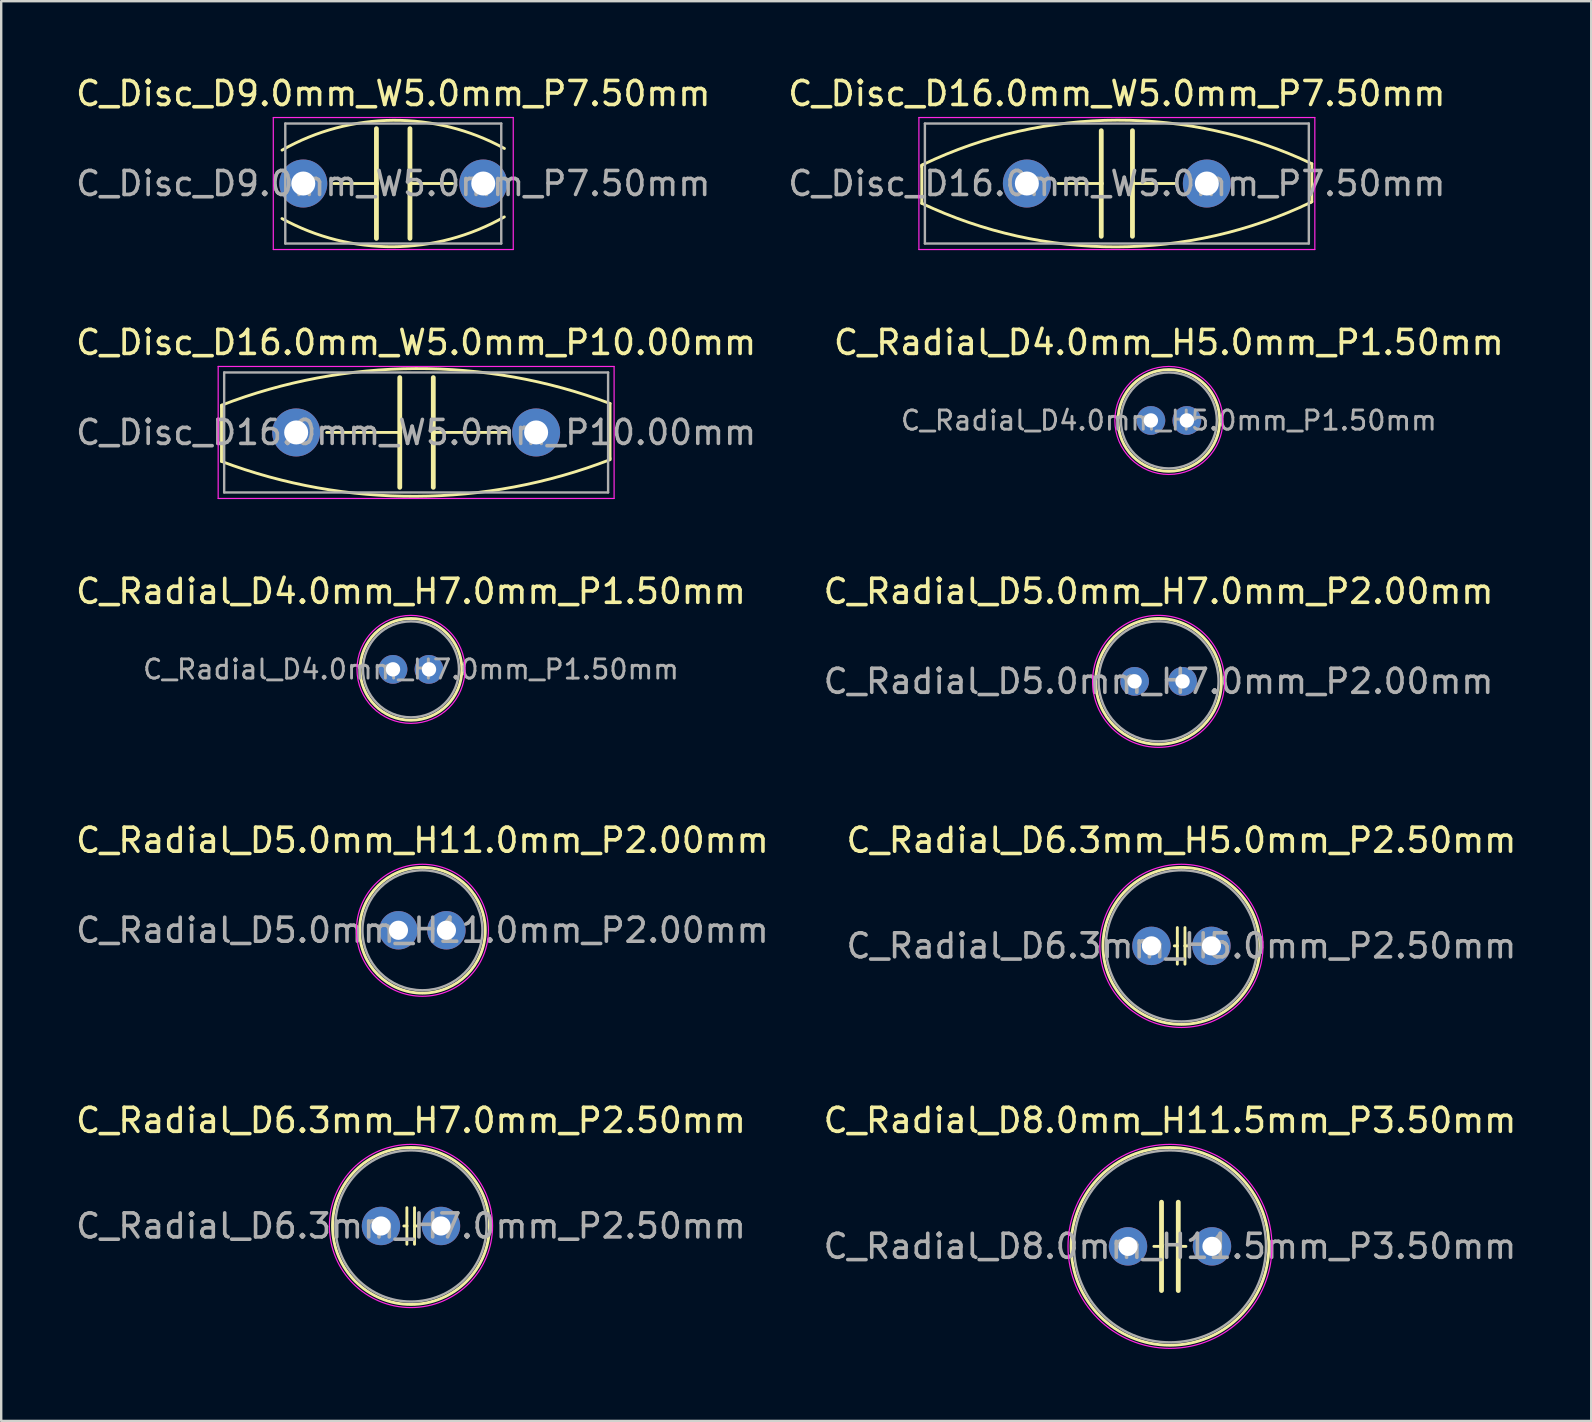
<source format=kicad_pcb>
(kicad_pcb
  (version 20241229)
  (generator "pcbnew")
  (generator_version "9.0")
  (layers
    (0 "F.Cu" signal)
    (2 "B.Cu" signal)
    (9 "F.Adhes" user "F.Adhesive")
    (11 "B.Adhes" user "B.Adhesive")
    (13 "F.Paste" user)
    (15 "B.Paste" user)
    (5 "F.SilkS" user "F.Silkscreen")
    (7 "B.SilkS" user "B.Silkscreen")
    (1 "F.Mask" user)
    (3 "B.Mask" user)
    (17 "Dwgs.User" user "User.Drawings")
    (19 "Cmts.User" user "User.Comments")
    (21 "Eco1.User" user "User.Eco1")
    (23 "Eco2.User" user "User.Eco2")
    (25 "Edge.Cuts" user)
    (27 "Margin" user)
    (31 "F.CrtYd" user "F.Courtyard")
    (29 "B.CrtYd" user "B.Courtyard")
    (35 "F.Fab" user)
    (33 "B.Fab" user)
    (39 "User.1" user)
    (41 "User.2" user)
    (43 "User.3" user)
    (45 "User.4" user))
  (footprint "C_Radial_D6.3mm_H5.0mm_P2.50mm"
    (layer "F.Cu")
    (at 44.935 36.368)
    (property "Reference" "C_Radial_D6.3mm_H5.0mm_P2.50mm" (at 1.25 -4.4 0) (layer "F.SilkS") (effects (font (size 1 1) (thickness 0.15))))
    (attr through_hole)
    (fp_line (start 0.953 0) (end 1.079 0) (stroke (width 0.12) (type solid)) (layer "F.SilkS"))
    (fp_line (start 1.079 0) (end 1.079 -0.762) (stroke (width 0.12) (type solid)) (layer "F.SilkS"))
    (fp_line (start 1.079 0) (end 1.079 0.762) (stroke (width 0.12) (type solid)) (layer "F.SilkS"))
    (fp_line (start 1.397 0) (end 1.397 -0.762) (stroke (width 0.12) (type solid)) (layer "F.SilkS"))
    (fp_line (start 1.397 0) (end 1.397 0.762) (stroke (width 0.12) (type solid)) (layer "F.SilkS"))
    (fp_line (start 1.524 0) (end 1.397 0) (stroke (width 0.12) (type solid)) (layer "F.SilkS"))
    (fp_circle (center 1.25 0) (end 4.52 0) (stroke (width 0.12) (type solid)) (fill no) (layer "F.SilkS"))
    (fp_circle (center 1.25 0) (end 4.65 0) (stroke (width 0.05) (type solid)) (fill no) (layer "F.CrtYd"))
    (fp_circle (center 1.25 0) (end 4.4 0) (stroke (width 0.1) (type solid)) (fill no) (layer "F.Fab"))
    (fp_text user "${REFERENCE}" (at 1.25 0 0) (layer "F.Fab") (effects (font (size 1 1) (thickness 0.15))))
    (pad "1" thru_hole circle (at 0 0) (size 1.6 1.6) (drill 0.8) (layers "*.Cu" "*.Mask"))
    (pad "2" thru_hole circle (at 2.5 0) (size 1.6 1.6) (drill 0.8) (layers "*.Cu" "*.Mask")))
  (footprint "C_Radial_D8.0mm_H11.5mm_P3.50mm"
    (layer "F.Cu")
    (at 43.958 48.891)
    (property "Reference" "C_Radial_D8.0mm_H11.5mm_P3.50mm" (at 1.75 -5.25 0) (layer "F.SilkS") (effects (font (size 1 1) (thickness 0.15))))
    (attr through_hole)
    (fp_line (start 1.079 0) (end 1.397 0) (stroke (width 0.12) (type solid)) (layer "F.SilkS"))
    (fp_line (start 1.397 0) (end 1.397 -1.841) (stroke (width 0.2) (type solid)) (layer "F.SilkS"))
    (fp_line (start 1.397 0) (end 1.397 1.841) (stroke (width 0.2) (type solid)) (layer "F.SilkS"))
    (fp_line (start 2.095 0) (end 2.095 -1.841) (stroke (width 0.2) (type solid)) (layer "F.SilkS"))
    (fp_line (start 2.095 0) (end 2.095 1.841) (stroke (width 0.2) (type solid)) (layer "F.SilkS"))
    (fp_line (start 2.413 0) (end 2.095 0) (stroke (width 0.12) (type solid)) (layer "F.SilkS"))
    (fp_circle (center 1.75 0) (end 5.87 0) (stroke (width 0.12) (type solid)) (fill no) (layer "F.SilkS"))
    (fp_circle (center 1.75 0) (end 6 0) (stroke (width 0.05) (type solid)) (fill no) (layer "F.CrtYd"))
    (fp_circle (center 1.75 0) (end 5.75 0) (stroke (width 0.1) (type solid)) (fill no) (layer "F.Fab"))
    (fp_text user "${REFERENCE}" (at 1.75 0 0) (layer "F.Fab") (effects (font (size 1 1) (thickness 0.15))))
    (pad "1" thru_hole circle (at 0 0) (size 1.6 1.6) (drill 0.8) (layers "*.Cu" "*.Mask"))
    (pad "2" thru_hole circle (at 3.5 0) (size 1.6 1.6) (drill 0.8) (layers "*.Cu" "*.Mask")))
  (footprint "C_Disc_D16.0mm_W5.0mm_P7.50mm"
    (layer "F.Cu")
    (at 39.744 4.598)
    (property "Reference" "C_Disc_D16.0mm_W5.0mm_P7.50mm" (at 3.75 -3.75 0) (layer "F.SilkS") (effects (font (size 1 1) (thickness 0.15))))
    (fp_line (start -4.381 -0.762) (end -4.331 -0.789) (stroke (width 0.12) (type solid)) (layer "F.SilkS"))
    (fp_line (start -4.381 -0.699) (end -4.381 -0.762) (stroke (width 0.12) (type solid)) (layer "F.SilkS"))
    (fp_line (start -4.381 0.826) (end -4.381 -0.699) (stroke (width 0.12) (type solid)) (layer "F.SilkS"))
    (fp_line (start 1.3 0) (end 3.1 0) (stroke (width 0.12) (type solid)) (layer "F.SilkS"))
    (fp_line (start 3.1 0) (end 3.1 -2.2) (stroke (width 0.2) (type solid)) (layer "F.SilkS"))
    (fp_line (start 3.1 0) (end 3.1 2.2) (stroke (width 0.2) (type solid)) (layer "F.SilkS"))
    (fp_line (start 4.4 0) (end 4.4 -2.2) (stroke (width 0.2) (type solid)) (layer "F.SilkS"))
    (fp_line (start 4.4 0) (end 4.4 2.2) (stroke (width 0.2) (type solid)) (layer "F.SilkS"))
    (fp_line (start 4.4 0) (end 6.2 0) (stroke (width 0.12) (type solid)) (layer "F.SilkS"))
    (fp_line (start 11.874 -0.826) (end 11.874 0.762) (stroke (width 0.12) (type solid)) (layer "F.SilkS"))
    (fp_line (start 11.874 0.762) (end 11.824 0.789) (stroke (width 0.12) (type solid)) (layer "F.SilkS"))
    (fp_arc (start -4.330969 -0.789052) (mid 3.767644 -2.639565) (end 11.8745 -0.8255) (stroke (width 0.12) (type solid)) (layer "F.SilkS"))
    (fp_arc (start 11.823969 0.789052) (mid 3.725356 2.639565) (end -4.3815 0.8255) (stroke (width 0.12) (type solid)) (layer "F.SilkS"))
    (fp_line (start -4.5 -2.75) (end -4.5 2.75) (stroke (width 0.05) (type solid)) (layer "F.CrtYd"))
    (fp_line (start -4.5 2.75) (end 12 2.75) (stroke (width 0.05) (type solid)) (layer "F.CrtYd"))
    (fp_line (start 12 -2.75) (end -4.5 -2.75) (stroke (width 0.05) (type solid)) (layer "F.CrtYd"))
    (fp_line (start 12 2.75) (end 12 -2.75) (stroke (width 0.05) (type solid)) (layer "F.CrtYd"))
    (fp_line (start -4.25 -2.5) (end -4.25 2.5) (stroke (width 0.1) (type solid)) (layer "F.Fab"))
    (fp_line (start -4.25 2.5) (end 11.75 2.5) (stroke (width 0.1) (type solid)) (layer "F.Fab"))
    (fp_line (start 11.75 -2.5) (end -4.25 -2.5) (stroke (width 0.1) (type solid)) (layer "F.Fab"))
    (fp_line (start 11.75 2.5) (end 11.75 -2.5) (stroke (width 0.1) (type solid)) (layer "F.Fab"))
    (fp_text user "${REFERENCE}" (at 3.75 0 0) (layer "F.Fab") (effects (font (size 1 1) (thickness 0.15))))
    (pad "1" thru_hole circle (at 0 0) (size 2 2) (drill 1) (layers "*.Cu" "*.Mask"))
    (pad "2" thru_hole circle (at 7.5 0) (size 2 2) (drill 1) (layers "*.Cu" "*.Mask")))
  (footprint "C_Radial_D4.0mm_H5.0mm_P1.50mm"
    (layer "F.Cu")
    (at 44.911 14.472)
    (property "Reference" "C_Radial_D4.0mm_H5.0mm_P1.50mm" (at 0.75 -3.25 0) (layer "F.SilkS") (effects (font (size 1 1) (thickness 0.15))))
    (attr through_hole)
    (fp_circle (center 0.75 0) (end 2.87 0) (stroke (width 0.12) (type solid)) (fill no) (layer "F.SilkS"))
    (fp_circle (center 0.75 0) (end 3 0) (stroke (width 0.05) (type solid)) (fill no) (layer "F.CrtYd"))
    (fp_circle (center 0.75 0) (end 2.75 0) (stroke (width 0.1) (type solid)) (fill no) (layer "F.Fab"))
    (fp_text user "${REFERENCE}" (at 0.75 0 0) (layer "F.Fab") (effects (font (size 0.8 0.8) (thickness 0.12))))
    (pad "1" thru_hole circle (at 0 0) (size 1.2 1.2) (drill 0.6) (layers "*.Cu" "*.Mask"))
    (pad "2" thru_hole circle (at 1.5 0) (size 1.2 1.2) (drill 0.6) (layers "*.Cu" "*.Mask")))
  (footprint "C_Radial_D5.0mm_H7.0mm_P2.00mm"
    (layer "F.Cu")
    (at 44.232 25.345)
    (property "Reference" "C_Radial_D5.0mm_H7.0mm_P2.00mm" (at 1 -3.75 0) (layer "F.SilkS") (effects (font (size 1 1) (thickness 0.15))))
    (attr through_hole)
    (fp_circle (center 1 0) (end 3.62 0) (stroke (width 0.12) (type solid)) (fill no) (layer "F.SilkS"))
    (fp_circle (center 1 0) (end 3.75 0) (stroke (width 0.05) (type solid)) (fill no) (layer "F.CrtYd"))
    (fp_circle (center 1 0) (end 3.5 0) (stroke (width 0.1) (type solid)) (fill no) (layer "F.Fab"))
    (fp_text user "${REFERENCE}" (at 1 0 0) (layer "F.Fab") (effects (font (size 1 1) (thickness 0.15))))
    (pad "1" thru_hole circle (at 0 0) (size 1.2 1.2) (drill 0.6) (layers "*.Cu" "*.Mask"))
    (pad "2" thru_hole circle (at 2 0) (size 1.2 1.2) (drill 0.6) (layers "*.Cu" "*.Mask")))
  (footprint "C_Radial_D6.3mm_H7.0mm_P2.50mm"
    (layer "F.Cu")
    (at 12.827 48.041)
    (property "Reference" "C_Radial_D6.3mm_H7.0mm_P2.50mm" (at 1.25 -4.4 0) (layer "F.SilkS") (effects (font (size 1 1) (thickness 0.15))))
    (attr through_hole)
    (fp_line (start 0.953 0) (end 1.079 0) (stroke (width 0.12) (type solid)) (layer "F.SilkS"))
    (fp_line (start 1.079 0) (end 1.079 -0.762) (stroke (width 0.12) (type solid)) (layer "F.SilkS"))
    (fp_line (start 1.079 0) (end 1.079 0.762) (stroke (width 0.12) (type solid)) (layer "F.SilkS"))
    (fp_line (start 1.397 0) (end 1.397 -0.762) (stroke (width 0.12) (type solid)) (layer "F.SilkS"))
    (fp_line (start 1.397 0) (end 1.397 0.762) (stroke (width 0.12) (type solid)) (layer "F.SilkS"))
    (fp_line (start 1.524 0) (end 1.397 0) (stroke (width 0.12) (type solid)) (layer "F.SilkS"))
    (fp_circle (center 1.25 0) (end 4.52 0) (stroke (width 0.12) (type solid)) (fill no) (layer "F.SilkS"))
    (fp_circle (center 1.25 0) (end 4.65 0) (stroke (width 0.05) (type solid)) (fill no) (layer "F.CrtYd"))
    (fp_circle (center 1.25 0) (end 4.4 0) (stroke (width 0.1) (type solid)) (fill no) (layer "F.Fab"))
    (fp_text user "${REFERENCE}" (at 1.25 0 0) (layer "F.Fab") (effects (font (size 1 1) (thickness 0.15))))
    (pad "1" thru_hole circle (at 0 0) (size 1.6 1.6) (drill 0.8) (layers "*.Cu" "*.Mask"))
    (pad "2" thru_hole circle (at 2.5 0) (size 1.6 1.6) (drill 0.8) (layers "*.Cu" "*.Mask")))
  (footprint "C_Radial_D5.0mm_H11.0mm_P2.00mm"
    (layer "F.Cu")
    (at 13.554 35.718)
    (property "Reference" "C_Radial_D5.0mm_H11.0mm_P2.00mm" (at 1 -3.75 0) (layer "F.SilkS") (effects (font (size 1 1) (thickness 0.15))))
    (attr through_hole)
    (fp_circle (center 1 0) (end 3.62 0) (stroke (width 0.12) (type solid)) (fill no) (layer "F.SilkS"))
    (fp_circle (center 1 0) (end 3.75 0) (stroke (width 0.05) (type solid)) (fill no) (layer "F.CrtYd"))
    (fp_circle (center 1 0) (end 3.5 0) (stroke (width 0.1) (type solid)) (fill no) (layer "F.Fab"))
    (fp_text user "${REFERENCE}" (at 1 0 0) (layer "F.Fab") (effects (font (size 1 1) (thickness 0.15))))
    (pad "1" thru_hole circle (at 0 0) (size 1.6 1.6) (drill 0.8) (layers "*.Cu" "*.Mask"))
    (pad "2" thru_hole circle (at 2 0) (size 1.6 1.6) (drill 0.8) (layers "*.Cu" "*.Mask")))
  (footprint "C_Disc_D9.0mm_W5.0mm_P7.50mm"
    (layer "F.Cu")
    (at 9.589 4.598)
    (property "Reference" "C_Disc_D9.0mm_W5.0mm_P7.50mm" (at 3.75 -3.75 0) (layer "F.SilkS") (effects (font (size 1 1) (thickness 0.15))))
    (attr through_hole)
    (fp_line (start 1.27 0) (end 3.048 0) (stroke (width 0.12) (type solid)) (layer "F.SilkS"))
    (fp_line (start 3.048 0) (end 3.048 -2.286) (stroke (width 0.2) (type solid)) (layer "F.SilkS"))
    (fp_line (start 3.048 0) (end 3.048 2.286) (stroke (width 0.2) (type solid)) (layer "F.SilkS"))
    (fp_line (start 4.445 0) (end 4.445 -2.286) (stroke (width 0.2) (type solid)) (layer "F.SilkS"))
    (fp_line (start 4.445 0) (end 4.445 2.286) (stroke (width 0.2) (type solid)) (layer "F.SilkS"))
    (fp_line (start 4.445 0) (end 6.223 0) (stroke (width 0.12) (type solid)) (layer "F.SilkS"))
    (fp_arc (start -0.884963 -1.391723) (mid 3.739555 -2.633873) (end 8.382 -1.4605) (stroke (width 0.12) (type solid)) (layer "F.SilkS"))
    (fp_arc (start 8.377963 1.391723) (mid 3.753445 2.633873) (end -0.889 1.4605) (stroke (width 0.12) (type solid)) (layer "F.SilkS"))
    (fp_line (start -1.25 -2.75) (end -1.25 2.75) (stroke (width 0.05) (type solid)) (layer "F.CrtYd"))
    (fp_line (start -1.25 2.75) (end 8.75 2.75) (stroke (width 0.05) (type solid)) (layer "F.CrtYd"))
    (fp_line (start 8.75 -2.75) (end -1.25 -2.75) (stroke (width 0.05) (type solid)) (layer "F.CrtYd"))
    (fp_line (start 8.75 2.75) (end 8.75 -2.75) (stroke (width 0.05) (type solid)) (layer "F.CrtYd"))
    (fp_line (start -0.75 -2.5) (end -0.75 2.5) (stroke (width 0.1) (type solid)) (layer "F.Fab"))
    (fp_line (start -0.75 2.5) (end 8.25 2.5) (stroke (width 0.1) (type solid)) (layer "F.Fab"))
    (fp_line (start 8.25 -2.5) (end -0.75 -2.5) (stroke (width 0.1) (type solid)) (layer "F.Fab"))
    (fp_line (start 8.25 2.5) (end 8.25 -2.5) (stroke (width 0.1) (type solid)) (layer "F.Fab"))
    (fp_text user "${REFERENCE}" (at 3.75 0 0) (layer "F.Fab") (effects (font (size 1 1) (thickness 0.15))))
    (pad "1" thru_hole circle (at 0 0) (size 2 2) (drill 1) (layers "*.Cu" "*.Mask"))
    (pad "2" thru_hole circle (at 7.5 0) (size 2 2) (drill 1) (layers "*.Cu" "*.Mask")))
  (footprint "C_Disc_D16.0mm_W5.0mm_P10.00mm"
    (layer "F.Cu")
    (at 9.292 14.972)
    (property "Reference" "C_Disc_D16.0mm_W5.0mm_P10.00mm" (at 5 -3.75 0) (layer "F.SilkS") (effects (font (size 1 1) (thickness 0.15))))
    (attr through_hole)
    (fp_line (start -3.111 -1.079) (end -3.108 -1.135) (stroke (width 0.12) (type solid)) (layer "F.SilkS"))
    (fp_line (start -3.111 1.206) (end -3.111 -1.079) (stroke (width 0.12) (type solid)) (layer "F.SilkS"))
    (fp_line (start 1.27 0) (end 4.318 0) (stroke (width 0.12) (type solid)) (layer "F.SilkS"))
    (fp_line (start 4.318 0) (end 4.318 -2.286) (stroke (width 0.2) (type solid)) (layer "F.SilkS"))
    (fp_line (start 4.318 0) (end 4.318 2.286) (stroke (width 0.2) (type solid)) (layer "F.SilkS"))
    (fp_line (start 5.715 0) (end 5.715 -2.286) (stroke (width 0.2) (type solid)) (layer "F.SilkS"))
    (fp_line (start 5.715 0) (end 5.715 2.286) (stroke (width 0.2) (type solid)) (layer "F.SilkS"))
    (fp_line (start 5.715 0) (end 8.763 0) (stroke (width 0.12) (type solid)) (layer "F.SilkS"))
    (fp_line (start 13.081 -1.206) (end 13.081 1.079) (stroke (width 0.12) (type solid)) (layer "F.SilkS"))
    (fp_line (start 13.081 1.079) (end 13.078 1.135) (stroke (width 0.12) (type solid)) (layer "F.SilkS"))
    (fp_arc (start -3.108432 -1.135057) (mid 4.979707 -2.661191) (end 13.081 -1.2065) (stroke (width 0.12) (type solid)) (layer "F.SilkS"))
    (fp_arc (start 13.077932 1.135057) (mid 4.989793 2.661191) (end -3.1115 1.2065) (stroke (width 0.12) (type solid)) (layer "F.SilkS"))
    (fp_line (start -3.25 -2.75) (end -3.25 2.75) (stroke (width 0.05) (type solid)) (layer "F.CrtYd"))
    (fp_line (start -3.25 2.75) (end 13.25 2.75) (stroke (width 0.05) (type solid)) (layer "F.CrtYd"))
    (fp_line (start 13.25 -2.75) (end -3.25 -2.75) (stroke (width 0.05) (type solid)) (layer "F.CrtYd"))
    (fp_line (start 13.25 2.75) (end 13.25 -2.75) (stroke (width 0.05) (type solid)) (layer "F.CrtYd"))
    (fp_line (start -3 -2.5) (end -3 2.5) (stroke (width 0.1) (type solid)) (layer "F.Fab"))
    (fp_line (start -3 2.5) (end 13 2.5) (stroke (width 0.1) (type solid)) (layer "F.Fab"))
    (fp_line (start 13 -2.5) (end -3 -2.5) (stroke (width 0.1) (type solid)) (layer "F.Fab"))
    (fp_line (start 13 2.5) (end 13 -2.5) (stroke (width 0.1) (type solid)) (layer "F.Fab"))
    (fp_text user "${REFERENCE}" (at 5 0 0) (layer "F.Fab") (effects (font (size 1 1) (thickness 0.15))))
    (pad "1" thru_hole circle (at 0 0) (size 2 2) (drill 1) (layers "*.Cu" "*.Mask"))
    (pad "2" thru_hole circle (at 10 0) (size 2 2) (drill 1) (layers "*.Cu" "*.Mask")))
  (footprint "C_Radial_D4.0mm_H7.0mm_P1.50mm"
    (layer "F.Cu")
    (at 13.327 24.845)
    (property "Reference" "C_Radial_D4.0mm_H7.0mm_P1.50mm" (at 0.75 -3.25 0) (layer "F.SilkS") (effects (font (size 1 1) (thickness 0.15))))
    (attr through_hole)
    (fp_circle (center 0.75 0) (end 2.87 0) (stroke (width 0.12) (type solid)) (fill no) (layer "F.SilkS"))
    (fp_circle (center 0.75 0) (end 3 0) (stroke (width 0.05) (type solid)) (fill no) (layer "F.CrtYd"))
    (fp_circle (center 0.75 0) (end 2.75 0) (stroke (width 0.1) (type solid)) (fill no) (layer "F.Fab"))
    (fp_text user "${REFERENCE}" (at 0.75 0 0) (layer "F.Fab") (effects (font (size 0.8 0.8) (thickness 0.12))))
    (pad "1" thru_hole circle (at 0 0) (size 1.2 1.2) (drill 0.6) (layers "*.Cu" "*.Mask"))
    (pad "2" thru_hole circle (at 1.5 0) (size 1.2 1.2) (drill 0.6) (layers "*.Cu" "*.Mask")))
  (gr_rect
    (start -3 -3)
    (end 63.262 56.166)
    (stroke (width 0.1) (type default))
    (fill no)
    (layer "Edge.Cuts")))
</source>
